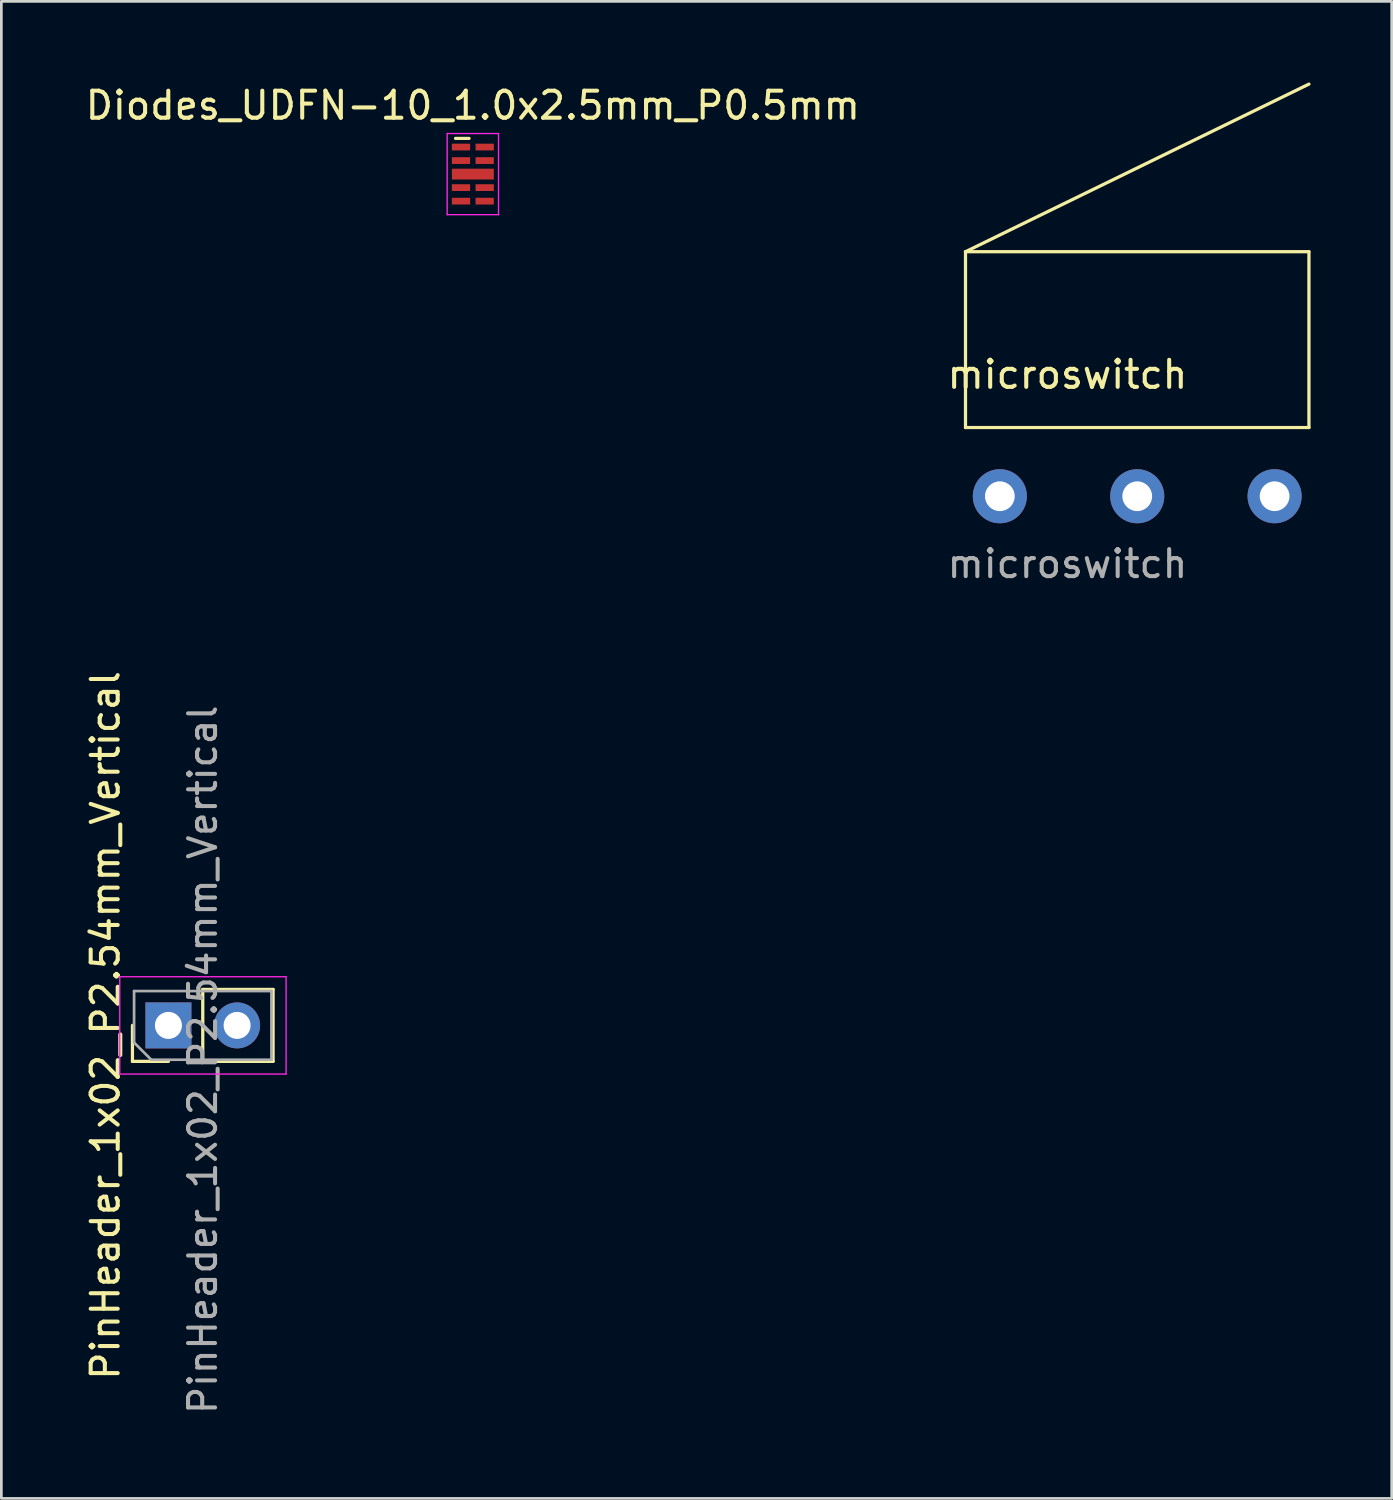
<source format=kicad_pcb>
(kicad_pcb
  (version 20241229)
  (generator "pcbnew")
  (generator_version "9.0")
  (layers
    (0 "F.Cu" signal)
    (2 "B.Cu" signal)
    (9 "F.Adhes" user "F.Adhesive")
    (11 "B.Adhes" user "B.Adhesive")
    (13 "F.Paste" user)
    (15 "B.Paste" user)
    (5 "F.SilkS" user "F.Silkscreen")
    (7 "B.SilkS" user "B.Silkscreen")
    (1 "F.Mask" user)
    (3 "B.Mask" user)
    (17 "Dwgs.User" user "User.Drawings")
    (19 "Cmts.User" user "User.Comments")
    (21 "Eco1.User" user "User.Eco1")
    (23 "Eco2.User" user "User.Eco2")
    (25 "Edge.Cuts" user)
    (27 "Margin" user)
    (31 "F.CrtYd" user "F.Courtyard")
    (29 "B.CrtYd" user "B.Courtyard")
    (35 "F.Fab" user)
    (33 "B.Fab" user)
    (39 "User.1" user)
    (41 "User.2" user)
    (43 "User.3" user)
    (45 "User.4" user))
  (footprint "microswitch"
    (layer "F.Cu")
    (at 33.923 15.3)
    (property "Reference" "microswitch" (at 2.5 -4.5 0) (layer "F.SilkS") (effects (font (size 1 1) (thickness 0.15))))
    (attr through_hole)
    (fp_line (start -1.27 -9.042) (end -1.27 -2.54) (stroke (width 0.12) (type default)) (layer "F.SilkS"))
    (fp_line (start -1.27 -9.042) (end 11.43 -15.24) (stroke (width 0.12) (type default)) (layer "F.SilkS"))
    (fp_line (start -1.27 -9.042) (end 11.43 -9.042) (stroke (width 0.12) (type default)) (layer "F.SilkS"))
    (fp_line (start -1.27 -2.54) (end 11.43 -2.54) (stroke (width 0.12) (type default)) (layer "F.SilkS"))
    (fp_line (start 11.43 -9.042) (end 11.43 -2.54) (stroke (width 0.12) (type default)) (layer "F.SilkS"))
    (fp_text user "${REFERENCE}" (at 2.5 2.5 0) (layer "F.Fab") (effects (font (size 1 1) (thickness 0.15))))
    (pad "1" thru_hole circle (at 0 0) (size 2 2) (drill 1.1) (layers "*.Cu" "*.Mask"))
    (pad "2" thru_hole circle (at 5.08 0) (size 2 2) (drill 1.1) (layers "*.Cu" "*.Mask"))
    (pad "3" thru_hole circle (at 10.16 0) (size 2 2) (drill 1.1) (layers "*.Cu" "*.Mask")))
  (footprint "Diodes_UDFN-10_1.0x2.5mm_P0.5mm"
    (layer "F.Cu")
    (at 14.435 3.388)
    (property "Reference" "Diodes_UDFN-10_1.0x2.5mm_P0.5mm" (at 0 -2.54 0) (layer "F.SilkS") (effects (font (size 1 1) (thickness 0.15))))
    (attr smd)
    (fp_line (start -0.14 -1.32) (end -0.64 -1.32) (stroke (width 0.12) (type solid)) (layer "F.SilkS"))
    (fp_line (start -0.95 -1.5) (end 0.95 -1.5) (stroke (width 0.05) (type solid)) (layer "F.CrtYd"))
    (fp_line (start -0.95 1.5) (end -0.95 -1.5) (stroke (width 0.05) (type solid)) (layer "F.CrtYd"))
    (fp_line (start 0.95 -1.5) (end 0.95 1.5) (stroke (width 0.05) (type solid)) (layer "F.CrtYd"))
    (fp_line (start 0.95 1.5) (end -0.95 1.5) (stroke (width 0.05) (type solid)) (layer "F.CrtYd"))
    (pad "1" smd rect (at -0.438 -1 270) (size 0.25 0.675) (layers "F.Cu" "F.Mask" "F.Paste"))
    (pad "1" smd rect (at 0.438 -1 270) (size 0.25 0.675) (layers "F.Cu" "F.Mask" "F.Paste"))
    (pad "2" smd rect (at -0.438 -0.5 270) (size 0.25 0.675) (layers "F.Cu" "F.Mask" "F.Paste"))
    (pad "2" smd rect (at 0.438 -0.5 270) (size 0.25 0.675) (layers "F.Cu" "F.Mask" "F.Paste"))
    (pad "3" smd rect (at 0 0 270) (size 0.4 1.55) (layers "F.Cu" "F.Mask" "F.Paste"))
    (pad "4" smd rect (at -0.438 0.5 270) (size 0.25 0.675) (layers "F.Cu" "F.Mask" "F.Paste"))
    (pad "4" smd rect (at 0.438 0.5 270) (size 0.25 0.675) (layers "F.Cu" "F.Mask" "F.Paste"))
    (pad "5" smd rect (at -0.438 1 270) (size 0.25 0.675) (layers "F.Cu" "F.Mask" "F.Paste"))
    (pad "5" smd rect (at 0.438 1 270) (size 0.25 0.675) (layers "F.Cu" "F.Mask" "F.Paste")))
  (footprint "PinHeader_1x02_P2.54mm_Vertical"
    (layer "F.Cu")
    (at 4.448 34.868)
    (property "Reference" "PinHeader_1x02_P2.54mm_Vertical" (at -3.6 0 90) (layer "F.SilkS") (effects (font (size 1 1) (thickness 0.15))))
    (attr through_hole)
    (fp_line (start -2.6 1.33) (end -2.6 0) (stroke (width 0.12) (type solid)) (layer "F.SilkS"))
    (fp_line (start -1.27 1.33) (end -2.6 1.33) (stroke (width 0.12) (type solid)) (layer "F.SilkS"))
    (fp_line (start 0 -1.33) (end 2.6 -1.33) (stroke (width 0.12) (type solid)) (layer "F.SilkS"))
    (fp_line (start 0 1.33) (end 0 -1.33) (stroke (width 0.12) (type solid)) (layer "F.SilkS"))
    (fp_line (start 0 1.33) (end 2.6 1.33) (stroke (width 0.12) (type solid)) (layer "F.SilkS"))
    (fp_line (start 2.6 1.33) (end 2.6 -1.33) (stroke (width 0.12) (type solid)) (layer "F.SilkS"))
    (fp_line (start -3.07 -1.8) (end -3.07 1.8) (stroke (width 0.05) (type solid)) (layer "F.CrtYd"))
    (fp_line (start -3.07 1.8) (end 3.08 1.8) (stroke (width 0.05) (type solid)) (layer "F.CrtYd"))
    (fp_line (start 3.08 -1.8) (end -3.07 -1.8) (stroke (width 0.05) (type solid)) (layer "F.CrtYd"))
    (fp_line (start 3.08 1.8) (end 3.08 -1.8) (stroke (width 0.05) (type solid)) (layer "F.CrtYd"))
    (fp_line (start -2.54 -1.27) (end 2.54 -1.27) (stroke (width 0.1) (type solid)) (layer "F.Fab"))
    (fp_line (start -2.54 0.635) (end -2.54 -1.27) (stroke (width 0.1) (type solid)) (layer "F.Fab"))
    (fp_line (start -1.905 1.27) (end -2.54 0.635) (stroke (width 0.1) (type solid)) (layer "F.Fab"))
    (fp_line (start 2.54 -1.27) (end 2.54 1.27) (stroke (width 0.1) (type solid)) (layer "F.Fab"))
    (fp_line (start 2.54 1.27) (end -1.905 1.27) (stroke (width 0.1) (type solid)) (layer "F.Fab"))
    (fp_text user "${REFERENCE}" (at 0 1.27 90) (layer "F.Fab") (effects (font (size 1 1) (thickness 0.15))))
    (pad "1" thru_hole rect (at -1.27 0 90) (size 1.7 1.7) (drill 1) (layers "*.Cu" "*.Mask"))
    (pad "2" thru_hole oval (at 1.27 0 90) (size 1.7 1.7) (drill 1) (layers "*.Cu" "*.Mask")))
  (gr_rect
    (start -3 -3)
    (end 48.413 52.359)
    (stroke (width 0.1) (type default))
    (fill no)
    (layer "Edge.Cuts")))
</source>
